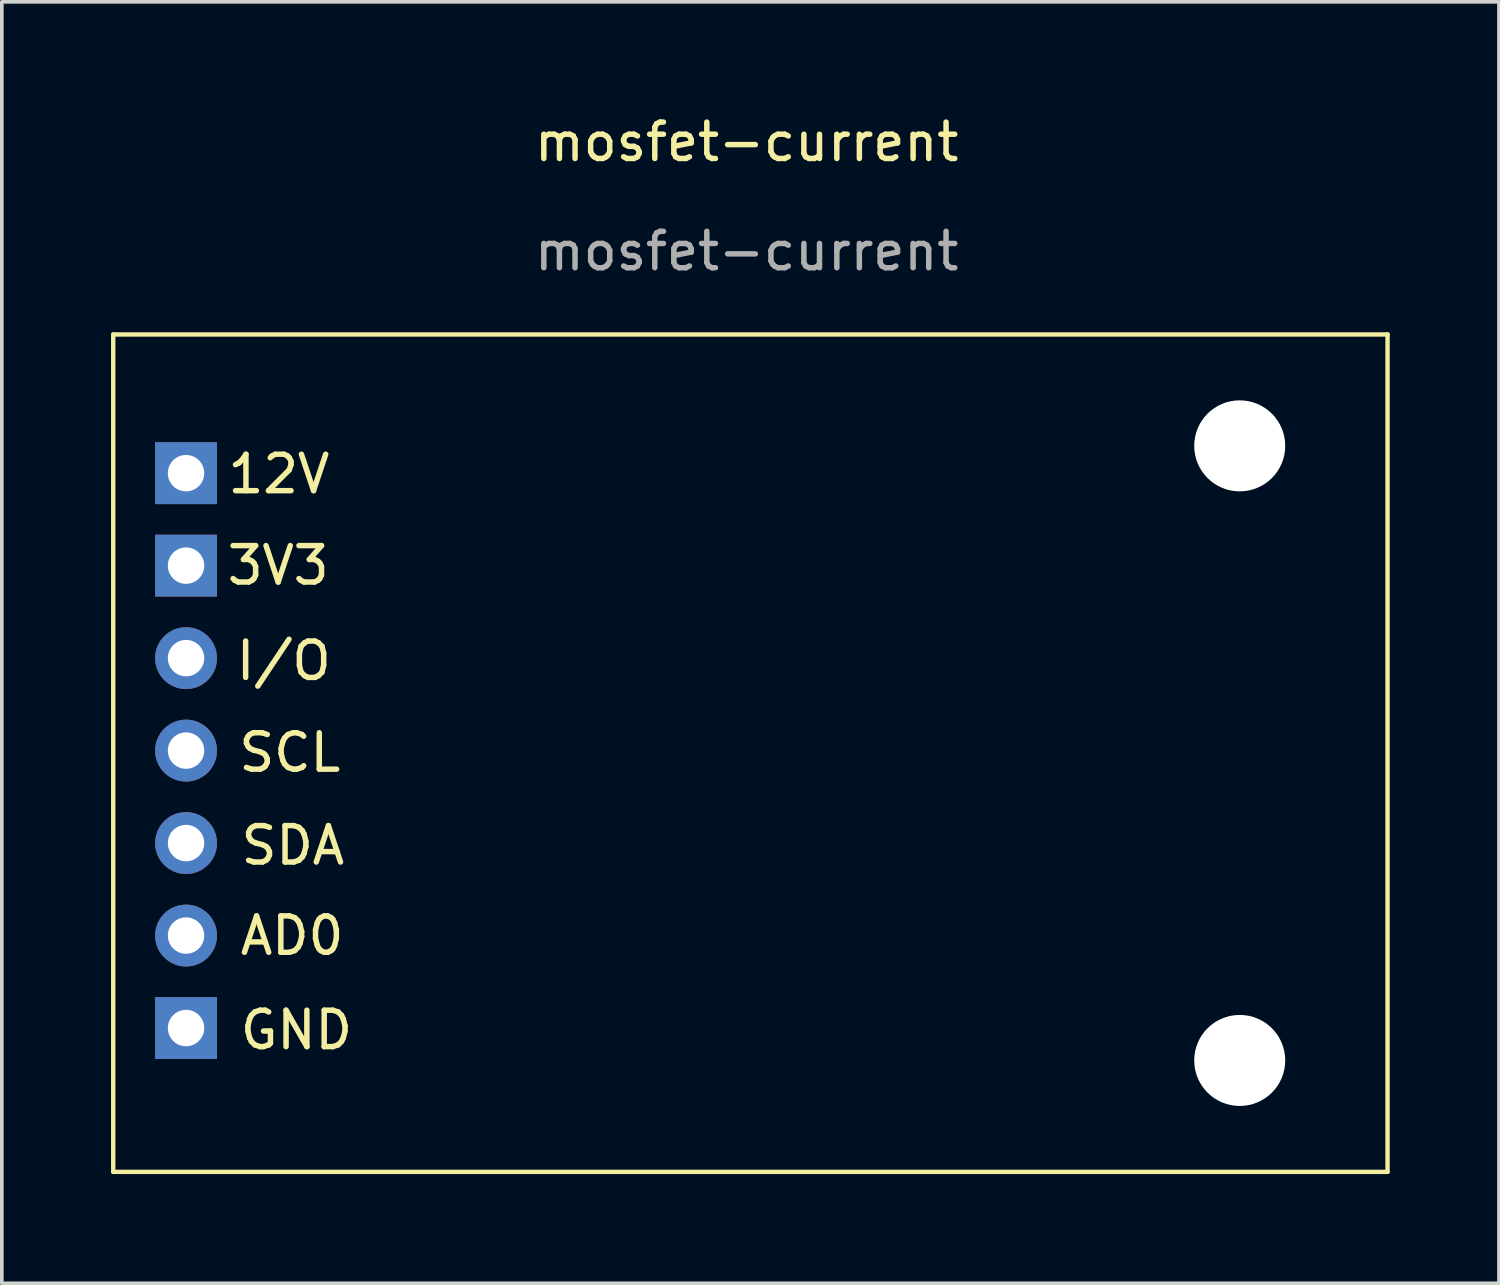
<source format=kicad_pcb>
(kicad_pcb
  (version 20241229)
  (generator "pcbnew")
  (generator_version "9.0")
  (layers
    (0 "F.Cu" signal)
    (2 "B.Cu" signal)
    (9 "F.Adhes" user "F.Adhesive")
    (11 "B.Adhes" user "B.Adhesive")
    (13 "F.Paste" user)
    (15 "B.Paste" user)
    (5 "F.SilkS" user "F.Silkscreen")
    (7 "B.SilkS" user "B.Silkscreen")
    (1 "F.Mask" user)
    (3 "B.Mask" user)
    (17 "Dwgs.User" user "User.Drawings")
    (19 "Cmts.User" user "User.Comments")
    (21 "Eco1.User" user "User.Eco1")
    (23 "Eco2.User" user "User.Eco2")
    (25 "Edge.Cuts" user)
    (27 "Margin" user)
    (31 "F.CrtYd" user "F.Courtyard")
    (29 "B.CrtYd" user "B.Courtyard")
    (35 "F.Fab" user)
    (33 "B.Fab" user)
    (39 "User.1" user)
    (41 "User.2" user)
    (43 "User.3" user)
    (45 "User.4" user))
  (footprint "mosfet-current"
    (layer "F.Cu")
    (at 17.56 19.136)
    (property "Reference" "mosfet-current" (at -0.102 -18.288 0) (unlocked yes) (layer "F.SilkS") (effects (font (size 1 1) (thickness 0.15))))
    (attr smd)
    (fp_line (start -17.5 -13) (end -17.5 10) (stroke (width 0.12) (type default)) (layer "F.SilkS"))
    (fp_line (start -17.5 -13) (end 17.5 -13) (stroke (width 0.12) (type default)) (layer "F.SilkS"))
    (fp_line (start -17.5 10) (end 17.5 10) (stroke (width 0.12) (type default)) (layer "F.SilkS"))
    (fp_line (start 17.5 -13) (end 17.5 10) (stroke (width 0.12) (type default)) (layer "F.SilkS"))
    (fp_text user "SDA" (at -14.07 1.62 0) (unlocked yes) (layer "F.SilkS") (effects (font (size 1 1) (thickness 0.15)) (justify left bottom)))
    (fp_text user "SCL" (at -14.13 -0.93 0) (unlocked yes) (layer "F.SilkS") (effects (font (size 1 1) (thickness 0.15)) (justify left bottom)))
    (fp_text user "12V" (at -14.43 -8.58 0) (unlocked yes) (layer "F.SilkS") (effects (font (size 1 1) (thickness 0.15)) (justify left bottom)))
    (fp_text user "I/O" (at -14.2 -3.45 0) (unlocked yes) (layer "F.SilkS") (effects (font (size 1 1) (thickness 0.15)) (justify left bottom)))
    (fp_text user "AD0" (at -14.09 4.1 0) (unlocked yes) (layer "F.SilkS") (effects (font (size 1 1) (thickness 0.15)) (justify left bottom)))
    (fp_text user "GND" (at -14.09 6.69 0) (unlocked yes) (layer "F.SilkS") (effects (font (size 1 1) (thickness 0.15)) (justify left bottom)))
    (fp_text user "3V3" (at -14.45 -6.07 0) (unlocked yes) (layer "F.SilkS") (effects (font (size 1 1) (thickness 0.15)) (justify left bottom)))
    (fp_text user "${REFERENCE}" (at -0.102 -15.288 0) (unlocked yes) (layer "F.Fab") (effects (font (size 1 1) (thickness 0.15))))
    (pad "" np_thru_hole circle (at 13.44 -9.94) (size 2.5 2.5) (drill 2.5) (layers "*.Cu" "*.Mask"))
    (pad "" np_thru_hole circle (at 13.44 6.94) (size 2.5 2.5) (drill 2.5) (layers "*.Cu" "*.Mask"))
    (pad "1" thru_hole rect (at -15.5 -9.19) (size 1.7 1.7) (drill 1) (layers "*.Cu" "*.Mask"))
    (pad "2" thru_hole rect (at -15.5 -6.65) (size 1.7 1.7) (drill 1) (layers "*.Cu" "*.Mask"))
    (pad "3" thru_hole oval (at -15.5 -4.11) (size 1.7 1.7) (drill 1) (layers "*.Cu" "*.Mask"))
    (pad "4" thru_hole circle (at -15.5 -1.57) (size 1.7 1.7) (drill 1) (layers "*.Cu" "*.Mask"))
    (pad "5" thru_hole oval (at -15.5 0.97) (size 1.7 1.7) (drill 1) (layers "*.Cu" "*.Mask"))
    (pad "6" thru_hole circle (at -15.5 3.51) (size 1.7 1.7) (drill 1) (layers "*.Cu" "*.Mask"))
    (pad "7" thru_hole rect (at -15.5 6.05) (size 1.7 1.7) (drill 1) (layers "*.Cu" "*.Mask")))
  (gr_rect
    (start -3 -3)
    (end 38.12 32.196)
    (stroke (width 0.1) (type default))
    (fill no)
    (layer "Edge.Cuts")))
</source>
